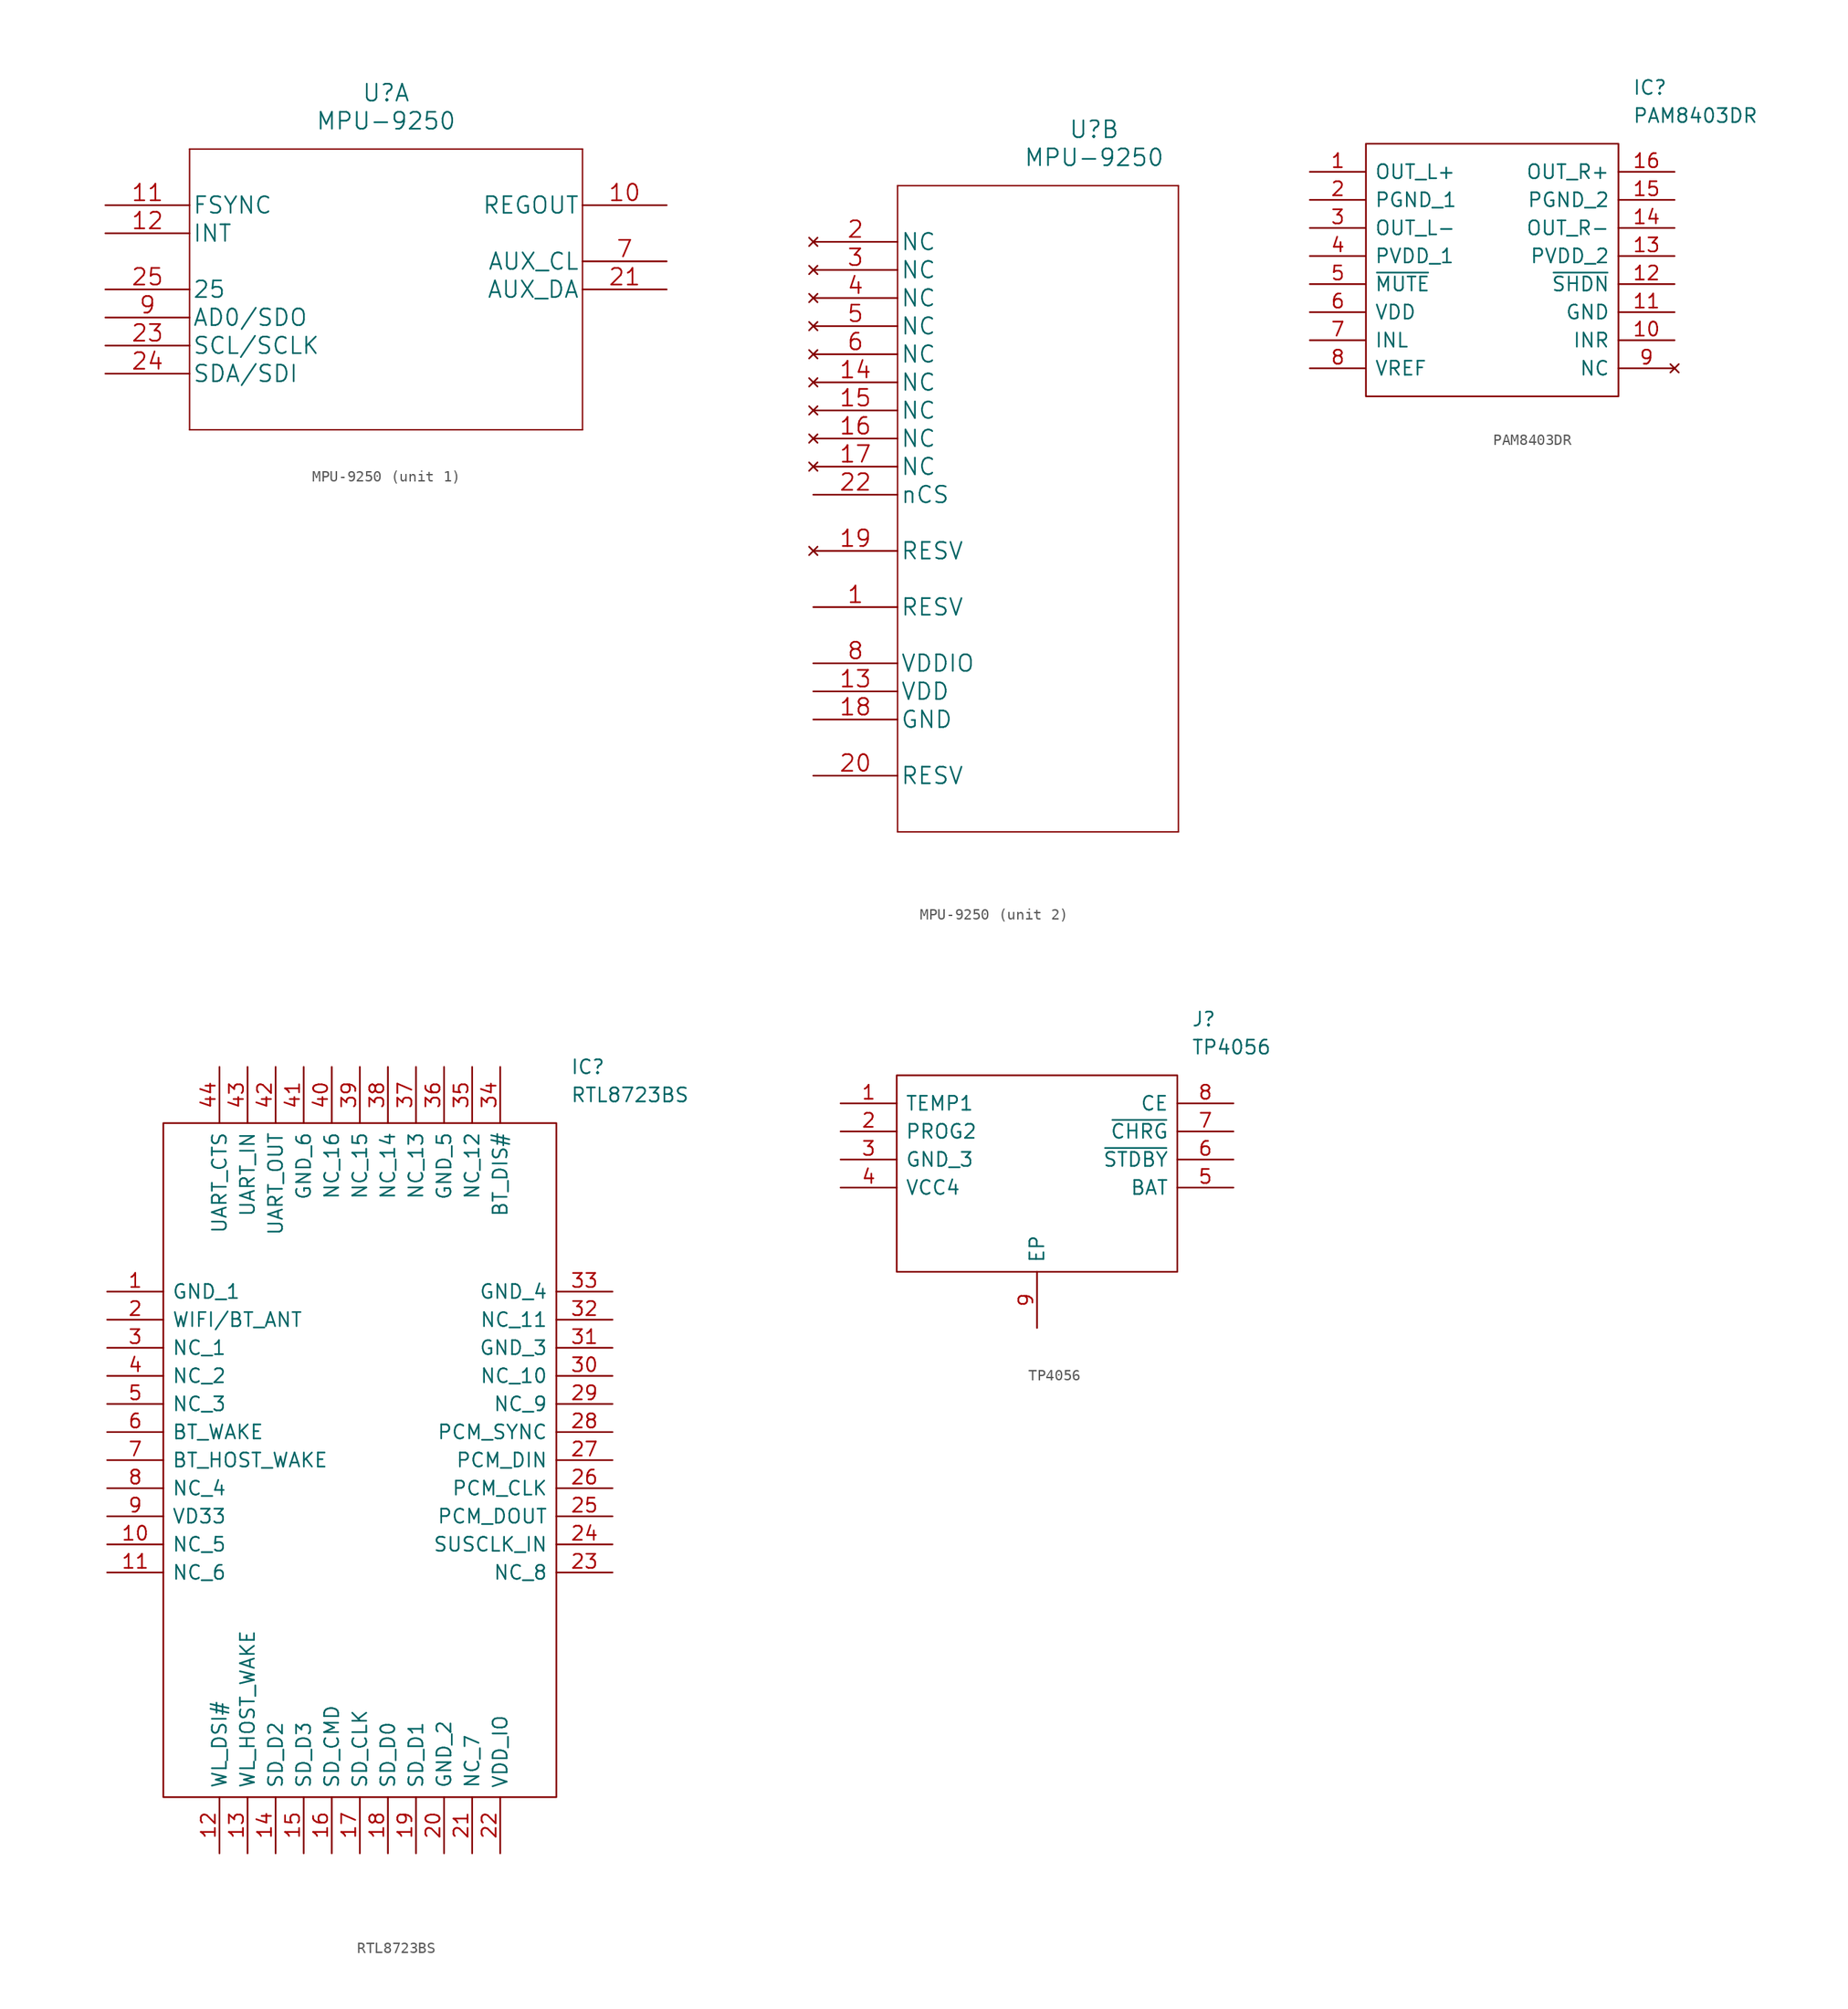
<source format=kicad_sym>
(kicad_symbol_lib
  (version 20211014)
  (generator kicad_symbol_editor)
  (symbol "MPU-9250"
    (pin_names
      (offset 0.254))
    (property "Reference" "U"
      (at 25.4 10.16 0)
      (effects (font (size 1.524 1.524))))
    (property "Value" "MPU-9250"
      (at 25.4 7.62 0)
      (effects (font (size 1.524 1.524))))
    (property "Datasheet" ""
      (at 0 0 0)
      (effects (font (size 1.524 1.524))))
    (property "ki_locked" ""
      (at 0 0 0)
      (effects (font (size 1.27 1.27))))
    (symbol "MPU-9250_1_1"
      (polyline (pts (xy 7.62 -20.32) (xy 43.18 -20.32)) (stroke (width 0.127) (type default) (color 0 0 0 0)) (fill (type none)))
      (polyline (pts (xy 7.62 5.08) (xy 7.62 -20.32)) (stroke (width 0.127) (type default) (color 0 0 0 0)) (fill (type none)))
      (polyline (pts (xy 43.18 -20.32) (xy 43.18 5.08)) (stroke (width 0.127) (type default) (color 0 0 0 0)) (fill (type none)))
      (polyline (pts (xy 43.18 5.08) (xy 7.62 5.08)) (stroke (width 0.127) (type default) (color 0 0 0 0)) (fill (type none)))
      (pin unspecified line (at 50.8 0 180) (length 7.62) (name "REGOUT" (effects (font (size 1.499 1.499)))) (number "10" (effects (font (size 1.499 1.499)))))
      (pin input line (at 0 0 0) (length 7.62) (name "FSYNC" (effects (font (size 1.499 1.499)))) (number "11" (effects (font (size 1.499 1.499)))))
      (pin output line (at 0 -2.54 0) (length 7.62) (name "INT" (effects (font (size 1.499 1.499)))) (number "12" (effects (font (size 1.499 1.499)))))
      (pin unspecified line (at 50.8 -7.62 180) (length 7.62) (name "AUX_DA" (effects (font (size 1.499 1.499)))) (number "21" (effects (font (size 1.499 1.499)))))
      (pin unspecified line (at 0 -12.7 0) (length 7.62) (name "SCL/SCLK" (effects (font (size 1.499 1.499)))) (number "23" (effects (font (size 1.499 1.499)))))
      (pin unspecified line (at 0 -15.24 0) (length 7.62) (name "SDA/SDI" (effects (font (size 1.499 1.499)))) (number "24" (effects (font (size 1.499 1.499)))))
      (pin unspecified line (at 0 -7.62 0) (length 7.62) (name "25" (effects (font (size 1.499 1.499)))) (number "25" (effects (font (size 1.499 1.499)))))
      (pin unspecified line (at 50.8 -5.08 180) (length 7.62) (name "AUX_CL" (effects (font (size 1.499 1.499)))) (number "7" (effects (font (size 1.499 1.499)))))
      (pin bidirectional line (at 0 -10.16 0) (length 7.62) (name "AD0/SDO" (effects (font (size 1.499 1.499)))) (number "9" (effects (font (size 1.499 1.499))))))
    (symbol "MPU-9250_2_1"
      (polyline (pts (xy 7.62 -53.34) (xy 33.02 -53.34)) (stroke (width 0.127) (type default) (color 0 0 0 0)) (fill (type none)))
      (polyline (pts (xy 7.62 5.08) (xy 7.62 -53.34)) (stroke (width 0.127) (type default) (color 0 0 0 0)) (fill (type none)))
      (polyline (pts (xy 33.02 -53.34) (xy 33.02 5.08)) (stroke (width 0.127) (type default) (color 0 0 0 0)) (fill (type none)))
      (polyline (pts (xy 33.02 5.08) (xy 7.62 5.08)) (stroke (width 0.127) (type default) (color 0 0 0 0)) (fill (type none)))
      (pin power_in line (at 0 -33.02 0) (length 7.62) (name "RESV" (effects (font (size 1.499 1.499)))) (number "1" (effects (font (size 1.499 1.499)))))
      (pin power_in line (at 0 -40.64 0) (length 7.62) (name "VDD" (effects (font (size 1.499 1.499)))) (number "13" (effects (font (size 1.499 1.499)))))
      (pin no_connect line (at 0 -12.7 0) (length 7.62) (name "NC" (effects (font (size 1.499 1.499)))) (number "14" (effects (font (size 1.499 1.499)))))
      (pin no_connect line (at 0 -15.24 0) (length 7.62) (name "NC" (effects (font (size 1.499 1.499)))) (number "15" (effects (font (size 1.499 1.499)))))
      (pin no_connect line (at 0 -17.78 0) (length 7.62) (name "NC" (effects (font (size 1.499 1.499)))) (number "16" (effects (font (size 1.499 1.499)))))
      (pin no_connect line (at 0 -20.32 0) (length 7.62) (name "NC" (effects (font (size 1.499 1.499)))) (number "17" (effects (font (size 1.499 1.499)))))
      (pin power_in line (at 0 -43.18 0) (length 7.62) (name "GND" (effects (font (size 1.499 1.499)))) (number "18" (effects (font (size 1.499 1.499)))))
      (pin no_connect line (at 0 -27.94 0) (length 7.62) (name "RESV" (effects (font (size 1.499 1.499)))) (number "19" (effects (font (size 1.499 1.499)))))
      (pin no_connect line (at 0 0 0) (length 7.62) (name "NC" (effects (font (size 1.499 1.499)))) (number "2" (effects (font (size 1.499 1.499)))))
      (pin power_in line (at 0 -48.26 0) (length 7.62) (name "RESV" (effects (font (size 1.499 1.499)))) (number "20" (effects (font (size 1.499 1.499)))))
      (pin unspecified line (at 0 -22.86 0) (length 7.62) (name "nCS" (effects (font (size 1.499 1.499)))) (number "22" (effects (font (size 1.499 1.499)))))
      (pin no_connect line (at 0 -2.54 0) (length 7.62) (name "NC" (effects (font (size 1.499 1.499)))) (number "3" (effects (font (size 1.499 1.499)))))
      (pin no_connect line (at 0 -5.08 0) (length 7.62) (name "NC" (effects (font (size 1.499 1.499)))) (number "4" (effects (font (size 1.499 1.499)))))
      (pin no_connect line (at 0 -7.62 0) (length 7.62) (name "NC" (effects (font (size 1.499 1.499)))) (number "5" (effects (font (size 1.499 1.499)))))
      (pin no_connect line (at 0 -10.16 0) (length 7.62) (name "NC" (effects (font (size 1.499 1.499)))) (number "6" (effects (font (size 1.499 1.499)))))
      (pin power_in line (at 0 -38.1 0) (length 7.62) (name "VDDIO" (effects (font (size 1.499 1.499)))) (number "8" (effects (font (size 1.499 1.499)))))))
  (symbol "PAM8403DR"
    (pin_names
      (offset 0.762))
    (property "Reference" "IC"
      (at 29.21 7.62 0)
      (effects (font (size 1.27 1.27)) (justify left)))
    (property "Value" "PAM8403DR"
      (at 29.21 5.08 0)
      (effects (font (size 1.27 1.27)) (justify left)))
    (symbol "PAM8403DR_0_0"
      (pin output line (at 0 0 0) (length 5.08) (name "OUT_L+" (effects (font (size 1.27 1.27)))) (number "1" (effects (font (size 1.27 1.27)))))
      (pin input line (at 33.02 -15.24 180) (length 5.08) (name "INR" (effects (font (size 1.27 1.27)))) (number "10" (effects (font (size 1.27 1.27)))))
      (pin power_in line (at 33.02 -12.7 180) (length 5.08) (name "GND" (effects (font (size 1.27 1.27)))) (number "11" (effects (font (size 1.27 1.27)))))
      (pin unspecified line (at 33.02 -10.16 180) (length 5.08) (name "~{SHDN}" (effects (font (size 1.27 1.27)))) (number "12" (effects (font (size 1.27 1.27)))))
      (pin power_in line (at 33.02 -7.62 180) (length 5.08) (name "PVDD_2" (effects (font (size 1.27 1.27)))) (number "13" (effects (font (size 1.27 1.27)))))
      (pin output line (at 33.02 -5.08 180) (length 5.08) (name "OUT_R-" (effects (font (size 1.27 1.27)))) (number "14" (effects (font (size 1.27 1.27)))))
      (pin power_in line (at 33.02 -2.54 180) (length 5.08) (name "PGND_2" (effects (font (size 1.27 1.27)))) (number "15" (effects (font (size 1.27 1.27)))))
      (pin output line (at 33.02 0 180) (length 5.08) (name "OUT_R+" (effects (font (size 1.27 1.27)))) (number "16" (effects (font (size 1.27 1.27)))))
      (pin power_in line (at 0 -2.54 0) (length 5.08) (name "PGND_1" (effects (font (size 1.27 1.27)))) (number "2" (effects (font (size 1.27 1.27)))))
      (pin output line (at 0 -5.08 0) (length 5.08) (name "OUT_L-" (effects (font (size 1.27 1.27)))) (number "3" (effects (font (size 1.27 1.27)))))
      (pin power_in line (at 0 -7.62 0) (length 5.08) (name "PVDD_1" (effects (font (size 1.27 1.27)))) (number "4" (effects (font (size 1.27 1.27)))))
      (pin unspecified line (at 0 -10.16 0) (length 5.08) (name "~{MUTE}" (effects (font (size 1.27 1.27)))) (number "5" (effects (font (size 1.27 1.27)))))
      (pin power_in line (at 0 -12.7 0) (length 5.08) (name "VDD" (effects (font (size 1.27 1.27)))) (number "6" (effects (font (size 1.27 1.27)))))
      (pin input line (at 0 -15.24 0) (length 5.08) (name "INL" (effects (font (size 1.27 1.27)))) (number "7" (effects (font (size 1.27 1.27)))))
      (pin input line (at 0 -17.78 0) (length 5.08) (name "VREF" (effects (font (size 1.27 1.27)))) (number "8" (effects (font (size 1.27 1.27)))))
      (pin no_connect line (at 33.02 -17.78 180) (length 5.08) (name "NC" (effects (font (size 1.27 1.27)))) (number "9" (effects (font (size 1.27 1.27))))))
    (symbol "PAM8403DR_0_1"
      (polyline (pts (xy 5.08 2.54) (xy 27.94 2.54) (xy 27.94 -20.32) (xy 5.08 -20.32) (xy 5.08 2.54)) (stroke (width 0.152) (type default) (color 0 0 0 0)) (fill (type none)))))
  (symbol "RTL8723BS"
    (pin_names
      (offset 0.762))
    (property "Reference" "IC"
      (at 41.91 20.32 0)
      (effects (font (size 1.27 1.27)) (justify left)))
    (property "Value" "RTL8723BS"
      (at 41.91 17.78 0)
      (effects (font (size 1.27 1.27)) (justify left)))
    (symbol "RTL8723BS_0_0"
      (pin passive line (at 0 0 0) (length 5.08) (name "GND_1" (effects (font (size 1.27 1.27)))) (number "1" (effects (font (size 1.27 1.27)))))
      (pin passive line (at 0 -22.86 0) (length 5.08) (name "NC_5" (effects (font (size 1.27 1.27)))) (number "10" (effects (font (size 1.27 1.27)))))
      (pin passive line (at 0 -25.4 0) (length 5.08) (name "NC_6" (effects (font (size 1.27 1.27)))) (number "11" (effects (font (size 1.27 1.27)))))
      (pin passive line (at 10.16 -50.8 90) (length 5.08) (name "WL_DSI#" (effects (font (size 1.27 1.27)))) (number "12" (effects (font (size 1.27 1.27)))))
      (pin passive line (at 12.7 -50.8 90) (length 5.08) (name "WL_HOST_WAKE" (effects (font (size 1.27 1.27)))) (number "13" (effects (font (size 1.27 1.27)))))
      (pin passive line (at 15.24 -50.8 90) (length 5.08) (name "SD_D2" (effects (font (size 1.27 1.27)))) (number "14" (effects (font (size 1.27 1.27)))))
      (pin passive line (at 17.78 -50.8 90) (length 5.08) (name "SD_D3" (effects (font (size 1.27 1.27)))) (number "15" (effects (font (size 1.27 1.27)))))
      (pin passive line (at 20.32 -50.8 90) (length 5.08) (name "SD_CMD" (effects (font (size 1.27 1.27)))) (number "16" (effects (font (size 1.27 1.27)))))
      (pin passive line (at 22.86 -50.8 90) (length 5.08) (name "SD_CLK" (effects (font (size 1.27 1.27)))) (number "17" (effects (font (size 1.27 1.27)))))
      (pin passive line (at 25.4 -50.8 90) (length 5.08) (name "SD_D0" (effects (font (size 1.27 1.27)))) (number "18" (effects (font (size 1.27 1.27)))))
      (pin passive line (at 27.94 -50.8 90) (length 5.08) (name "SD_D1" (effects (font (size 1.27 1.27)))) (number "19" (effects (font (size 1.27 1.27)))))
      (pin passive line (at 0 -2.54 0) (length 5.08) (name "WIFI/BT_ANT" (effects (font (size 1.27 1.27)))) (number "2" (effects (font (size 1.27 1.27)))))
      (pin passive line (at 30.48 -50.8 90) (length 5.08) (name "GND_2" (effects (font (size 1.27 1.27)))) (number "20" (effects (font (size 1.27 1.27)))))
      (pin passive line (at 33.02 -50.8 90) (length 5.08) (name "NC_7" (effects (font (size 1.27 1.27)))) (number "21" (effects (font (size 1.27 1.27)))))
      (pin passive line (at 35.56 -50.8 90) (length 5.08) (name "VDD_IO" (effects (font (size 1.27 1.27)))) (number "22" (effects (font (size 1.27 1.27)))))
      (pin passive line (at 45.72 -25.4 180) (length 5.08) (name "NC_8" (effects (font (size 1.27 1.27)))) (number "23" (effects (font (size 1.27 1.27)))))
      (pin passive line (at 45.72 -22.86 180) (length 5.08) (name "SUSCLK_IN" (effects (font (size 1.27 1.27)))) (number "24" (effects (font (size 1.27 1.27)))))
      (pin passive line (at 45.72 -20.32 180) (length 5.08) (name "PCM_DOUT" (effects (font (size 1.27 1.27)))) (number "25" (effects (font (size 1.27 1.27)))))
      (pin passive line (at 45.72 -17.78 180) (length 5.08) (name "PCM_CLK" (effects (font (size 1.27 1.27)))) (number "26" (effects (font (size 1.27 1.27)))))
      (pin passive line (at 45.72 -15.24 180) (length 5.08) (name "PCM_DIN" (effects (font (size 1.27 1.27)))) (number "27" (effects (font (size 1.27 1.27)))))
      (pin passive line (at 45.72 -12.7 180) (length 5.08) (name "PCM_SYNC" (effects (font (size 1.27 1.27)))) (number "28" (effects (font (size 1.27 1.27)))))
      (pin passive line (at 45.72 -10.16 180) (length 5.08) (name "NC_9" (effects (font (size 1.27 1.27)))) (number "29" (effects (font (size 1.27 1.27)))))
      (pin passive line (at 0 -5.08 0) (length 5.08) (name "NC_1" (effects (font (size 1.27 1.27)))) (number "3" (effects (font (size 1.27 1.27)))))
      (pin passive line (at 45.72 -7.62 180) (length 5.08) (name "NC_10" (effects (font (size 1.27 1.27)))) (number "30" (effects (font (size 1.27 1.27)))))
      (pin passive line (at 45.72 -5.08 180) (length 5.08) (name "GND_3" (effects (font (size 1.27 1.27)))) (number "31" (effects (font (size 1.27 1.27)))))
      (pin passive line (at 45.72 -2.54 180) (length 5.08) (name "NC_11" (effects (font (size 1.27 1.27)))) (number "32" (effects (font (size 1.27 1.27)))))
      (pin passive line (at 45.72 0 180) (length 5.08) (name "GND_4" (effects (font (size 1.27 1.27)))) (number "33" (effects (font (size 1.27 1.27)))))
      (pin passive line (at 35.56 20.32 270) (length 5.08) (name "BT_DIS#" (effects (font (size 1.27 1.27)))) (number "34" (effects (font (size 1.27 1.27)))))
      (pin passive line (at 33.02 20.32 270) (length 5.08) (name "NC_12" (effects (font (size 1.27 1.27)))) (number "35" (effects (font (size 1.27 1.27)))))
      (pin passive line (at 30.48 20.32 270) (length 5.08) (name "GND_5" (effects (font (size 1.27 1.27)))) (number "36" (effects (font (size 1.27 1.27)))))
      (pin passive line (at 27.94 20.32 270) (length 5.08) (name "NC_13" (effects (font (size 1.27 1.27)))) (number "37" (effects (font (size 1.27 1.27)))))
      (pin passive line (at 25.4 20.32 270) (length 5.08) (name "NC_14" (effects (font (size 1.27 1.27)))) (number "38" (effects (font (size 1.27 1.27)))))
      (pin passive line (at 22.86 20.32 270) (length 5.08) (name "NC_15" (effects (font (size 1.27 1.27)))) (number "39" (effects (font (size 1.27 1.27)))))
      (pin passive line (at 0 -7.62 0) (length 5.08) (name "NC_2" (effects (font (size 1.27 1.27)))) (number "4" (effects (font (size 1.27 1.27)))))
      (pin passive line (at 20.32 20.32 270) (length 5.08) (name "NC_16" (effects (font (size 1.27 1.27)))) (number "40" (effects (font (size 1.27 1.27)))))
      (pin passive line (at 17.78 20.32 270) (length 5.08) (name "GND_6" (effects (font (size 1.27 1.27)))) (number "41" (effects (font (size 1.27 1.27)))))
      (pin passive line (at 15.24 20.32 270) (length 5.08) (name "UART_OUT" (effects (font (size 1.27 1.27)))) (number "42" (effects (font (size 1.27 1.27)))))
      (pin passive line (at 12.7 20.32 270) (length 5.08) (name "UART_IN" (effects (font (size 1.27 1.27)))) (number "43" (effects (font (size 1.27 1.27)))))
      (pin passive line (at 10.16 20.32 270) (length 5.08) (name "UART_CTS" (effects (font (size 1.27 1.27)))) (number "44" (effects (font (size 1.27 1.27)))))
      (pin passive line (at 0 -10.16 0) (length 5.08) (name "NC_3" (effects (font (size 1.27 1.27)))) (number "5" (effects (font (size 1.27 1.27)))))
      (pin passive line (at 0 -12.7 0) (length 5.08) (name "BT_WAKE" (effects (font (size 1.27 1.27)))) (number "6" (effects (font (size 1.27 1.27)))))
      (pin passive line (at 0 -15.24 0) (length 5.08) (name "BT_HOST_WAKE" (effects (font (size 1.27 1.27)))) (number "7" (effects (font (size 1.27 1.27)))))
      (pin passive line (at 0 -17.78 0) (length 5.08) (name "NC_4" (effects (font (size 1.27 1.27)))) (number "8" (effects (font (size 1.27 1.27)))))
      (pin passive line (at 0 -20.32 0) (length 5.08) (name "VD33" (effects (font (size 1.27 1.27)))) (number "9" (effects (font (size 1.27 1.27))))))
    (symbol "RTL8723BS_0_1"
      (polyline (pts (xy 5.08 15.24) (xy 40.64 15.24) (xy 40.64 -45.72) (xy 5.08 -45.72) (xy 5.08 15.24)) (stroke (width 0.152) (type default) (color 0 0 0 0)) (fill (type none)))))
  (symbol "TP4056"
    (pin_names
      (offset 0.762))
    (property "Reference" "J"
      (at 31.75 7.62 0)
      (effects (font (size 1.27 1.27)) (justify left)))
    (property "Value" "TP4056"
      (at 31.75 5.08 0)
      (effects (font (size 1.27 1.27)) (justify left)))
    (symbol "TP4056_0_0"
      (pin passive line (at 0 0 0) (length 5.08) (name "TEMP1" (effects (font (size 1.27 1.27)))) (number "1" (effects (font (size 1.27 1.27)))))
      (pin passive line (at 0 -2.54 0) (length 5.08) (name "PROG2" (effects (font (size 1.27 1.27)))) (number "2" (effects (font (size 1.27 1.27)))))
      (pin passive line (at 0 -5.08 0) (length 5.08) (name "GND_3" (effects (font (size 1.27 1.27)))) (number "3" (effects (font (size 1.27 1.27)))))
      (pin power_in line (at 0 -7.62 0) (length 5.08) (name "VCC4" (effects (font (size 1.27 1.27)))) (number "4" (effects (font (size 1.27 1.27)))))
      (pin passive line (at 35.56 -7.62 180) (length 5.08) (name "BAT" (effects (font (size 1.27 1.27)))) (number "5" (effects (font (size 1.27 1.27)))))
      (pin passive line (at 35.56 -5.08 180) (length 5.08) (name "~{STDBY}" (effects (font (size 1.27 1.27)))) (number "6" (effects (font (size 1.27 1.27)))))
      (pin passive line (at 35.56 -2.54 180) (length 5.08) (name "~{CHRG}" (effects (font (size 1.27 1.27)))) (number "7" (effects (font (size 1.27 1.27)))))
      (pin passive line (at 35.56 0 180) (length 5.08) (name "CE" (effects (font (size 1.27 1.27)))) (number "8" (effects (font (size 1.27 1.27)))))
      (pin passive line (at 17.78 -20.32 90) (length 5.08) (name "EP" (effects (font (size 1.27 1.27)))) (number "9" (effects (font (size 1.27 1.27))))))
    (symbol "TP4056_0_1"
      (polyline (pts (xy 5.08 2.54) (xy 30.48 2.54) (xy 30.48 -15.24) (xy 5.08 -15.24) (xy 5.08 2.54)) (stroke (width 0.152) (type default) (color 0 0 0 0)) (fill (type none))))))
</source>
